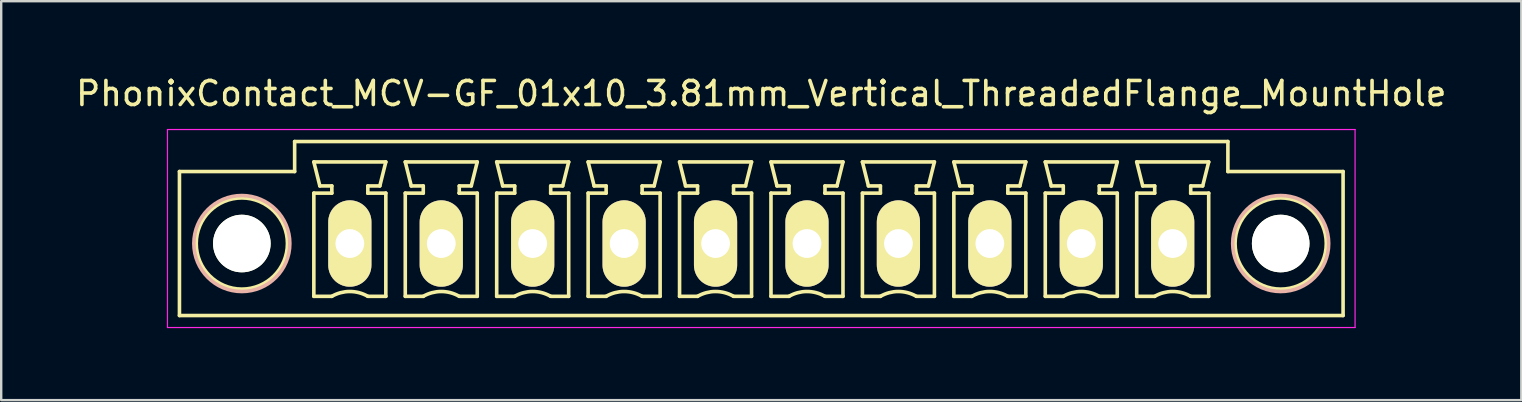
<source format=kicad_pcb>
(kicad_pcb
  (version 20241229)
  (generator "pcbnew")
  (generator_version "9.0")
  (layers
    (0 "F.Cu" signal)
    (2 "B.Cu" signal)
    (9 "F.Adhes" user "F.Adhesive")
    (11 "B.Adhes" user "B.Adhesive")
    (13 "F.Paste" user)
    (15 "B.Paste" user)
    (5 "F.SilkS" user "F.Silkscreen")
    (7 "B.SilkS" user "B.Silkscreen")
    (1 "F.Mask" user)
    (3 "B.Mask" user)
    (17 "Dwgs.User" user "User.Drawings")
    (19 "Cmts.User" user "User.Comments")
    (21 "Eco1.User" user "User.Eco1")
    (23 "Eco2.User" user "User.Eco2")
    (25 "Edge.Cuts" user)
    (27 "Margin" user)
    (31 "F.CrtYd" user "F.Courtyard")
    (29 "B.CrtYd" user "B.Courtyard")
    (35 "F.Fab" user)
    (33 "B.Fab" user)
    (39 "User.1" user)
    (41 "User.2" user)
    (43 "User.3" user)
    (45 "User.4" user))
  (footprint "PhonixContact_MCV-GF_01x10_3.81mm_Vertical_ThreadedFlange_MountHole"
    (layer "F.Cu")
    (at 11.528 7.098)
    (property "Reference" "PhonixContact_MCV-GF_01x10_3.81mm_Vertical_ThreadedFlange_MountHole" (at 17.145 -6.25 0) (layer "F.SilkS") (effects (font (size 1 1) (thickness 0.15))))
    (attr through_hole)
    (fp_line (start -7.1 -3) (end -7.1 3) (stroke (width 0.15) (type solid)) (layer "F.SilkS"))
    (fp_line (start -7.1 3) (end 41.39 3) (stroke (width 0.15) (type solid)) (layer "F.SilkS"))
    (fp_line (start -2.3 -4.25) (end -2.3 -3) (stroke (width 0.15) (type solid)) (layer "F.SilkS"))
    (fp_line (start -2.3 -3) (end -7.1 -3) (stroke (width 0.15) (type solid)) (layer "F.SilkS"))
    (fp_line (start -1.5 -3.4) (end 1.5 -3.4) (stroke (width 0.15) (type solid)) (layer "F.SilkS"))
    (fp_line (start -1.5 -2.1) (end -0.75 -2.1) (stroke (width 0.15) (type solid)) (layer "F.SilkS"))
    (fp_line (start -1.5 2.2) (end -1.5 -2.1) (stroke (width 0.15) (type solid)) (layer "F.SilkS"))
    (fp_line (start -1.25 -2.4) (end -1.5 -3.4) (stroke (width 0.15) (type solid)) (layer "F.SilkS"))
    (fp_line (start -0.75 -2.4) (end -1.25 -2.4) (stroke (width 0.15) (type solid)) (layer "F.SilkS"))
    (fp_line (start -0.75 -2.1) (end -0.75 -2.4) (stroke (width 0.15) (type solid)) (layer "F.SilkS"))
    (fp_line (start -0.75 2.2) (end -1.5 2.2) (stroke (width 0.15) (type solid)) (layer "F.SilkS"))
    (fp_line (start 0.75 -2.4) (end 0.75 -2.1) (stroke (width 0.15) (type solid)) (layer "F.SilkS"))
    (fp_line (start 0.75 -2.1) (end 0.75 -2.1) (stroke (width 0.15) (type solid)) (layer "F.SilkS"))
    (fp_line (start 0.75 -2.1) (end 1.5 -2.1) (stroke (width 0.15) (type solid)) (layer "F.SilkS"))
    (fp_line (start 1.25 -2.4) (end 0.75 -2.4) (stroke (width 0.15) (type solid)) (layer "F.SilkS"))
    (fp_line (start 1.5 -3.4) (end 1.25 -2.4) (stroke (width 0.15) (type solid)) (layer "F.SilkS"))
    (fp_line (start 1.5 -2.1) (end 1.5 2.2) (stroke (width 0.15) (type solid)) (layer "F.SilkS"))
    (fp_line (start 1.5 2.2) (end 0.75 2.2) (stroke (width 0.15) (type solid)) (layer "F.SilkS"))
    (fp_line (start 2.31 -3.4) (end 5.31 -3.4) (stroke (width 0.15) (type solid)) (layer "F.SilkS"))
    (fp_line (start 2.31 -2.1) (end 3.06 -2.1) (stroke (width 0.15) (type solid)) (layer "F.SilkS"))
    (fp_line (start 2.31 2.2) (end 2.31 -2.1) (stroke (width 0.15) (type solid)) (layer "F.SilkS"))
    (fp_line (start 2.56 -2.4) (end 2.31 -3.4) (stroke (width 0.15) (type solid)) (layer "F.SilkS"))
    (fp_line (start 3.06 -2.4) (end 2.56 -2.4) (stroke (width 0.15) (type solid)) (layer "F.SilkS"))
    (fp_line (start 3.06 -2.1) (end 3.06 -2.4) (stroke (width 0.15) (type solid)) (layer "F.SilkS"))
    (fp_line (start 3.06 2.2) (end 2.31 2.2) (stroke (width 0.15) (type solid)) (layer "F.SilkS"))
    (fp_line (start 4.56 -2.4) (end 4.56 -2.1) (stroke (width 0.15) (type solid)) (layer "F.SilkS"))
    (fp_line (start 4.56 -2.1) (end 4.56 -2.1) (stroke (width 0.15) (type solid)) (layer "F.SilkS"))
    (fp_line (start 4.56 -2.1) (end 5.31 -2.1) (stroke (width 0.15) (type solid)) (layer "F.SilkS"))
    (fp_line (start 5.06 -2.4) (end 4.56 -2.4) (stroke (width 0.15) (type solid)) (layer "F.SilkS"))
    (fp_line (start 5.31 -3.4) (end 5.06 -2.4) (stroke (width 0.15) (type solid)) (layer "F.SilkS"))
    (fp_line (start 5.31 -2.1) (end 5.31 2.2) (stroke (width 0.15) (type solid)) (layer "F.SilkS"))
    (fp_line (start 5.31 2.2) (end 4.56 2.2) (stroke (width 0.15) (type solid)) (layer "F.SilkS"))
    (fp_line (start 6.12 -3.4) (end 9.12 -3.4) (stroke (width 0.15) (type solid)) (layer "F.SilkS"))
    (fp_line (start 6.12 -2.1) (end 6.87 -2.1) (stroke (width 0.15) (type solid)) (layer "F.SilkS"))
    (fp_line (start 6.12 2.2) (end 6.12 -2.1) (stroke (width 0.15) (type solid)) (layer "F.SilkS"))
    (fp_line (start 6.37 -2.4) (end 6.12 -3.4) (stroke (width 0.15) (type solid)) (layer "F.SilkS"))
    (fp_line (start 6.87 -2.4) (end 6.37 -2.4) (stroke (width 0.15) (type solid)) (layer "F.SilkS"))
    (fp_line (start 6.87 -2.1) (end 6.87 -2.4) (stroke (width 0.15) (type solid)) (layer "F.SilkS"))
    (fp_line (start 6.87 2.2) (end 6.12 2.2) (stroke (width 0.15) (type solid)) (layer "F.SilkS"))
    (fp_line (start 8.37 -2.4) (end 8.37 -2.1) (stroke (width 0.15) (type solid)) (layer "F.SilkS"))
    (fp_line (start 8.37 -2.1) (end 8.37 -2.1) (stroke (width 0.15) (type solid)) (layer "F.SilkS"))
    (fp_line (start 8.37 -2.1) (end 9.12 -2.1) (stroke (width 0.15) (type solid)) (layer "F.SilkS"))
    (fp_line (start 8.87 -2.4) (end 8.37 -2.4) (stroke (width 0.15) (type solid)) (layer "F.SilkS"))
    (fp_line (start 9.12 -3.4) (end 8.87 -2.4) (stroke (width 0.15) (type solid)) (layer "F.SilkS"))
    (fp_line (start 9.12 -2.1) (end 9.12 2.2) (stroke (width 0.15) (type solid)) (layer "F.SilkS"))
    (fp_line (start 9.12 2.2) (end 8.37 2.2) (stroke (width 0.15) (type solid)) (layer "F.SilkS"))
    (fp_line (start 9.93 -3.4) (end 12.93 -3.4) (stroke (width 0.15) (type solid)) (layer "F.SilkS"))
    (fp_line (start 9.93 -2.1) (end 10.68 -2.1) (stroke (width 0.15) (type solid)) (layer "F.SilkS"))
    (fp_line (start 9.93 2.2) (end 9.93 -2.1) (stroke (width 0.15) (type solid)) (layer "F.SilkS"))
    (fp_line (start 10.18 -2.4) (end 9.93 -3.4) (stroke (width 0.15) (type solid)) (layer "F.SilkS"))
    (fp_line (start 10.68 -2.4) (end 10.18 -2.4) (stroke (width 0.15) (type solid)) (layer "F.SilkS"))
    (fp_line (start 10.68 -2.1) (end 10.68 -2.4) (stroke (width 0.15) (type solid)) (layer "F.SilkS"))
    (fp_line (start 10.68 2.2) (end 9.93 2.2) (stroke (width 0.15) (type solid)) (layer "F.SilkS"))
    (fp_line (start 12.18 -2.4) (end 12.18 -2.1) (stroke (width 0.15) (type solid)) (layer "F.SilkS"))
    (fp_line (start 12.18 -2.1) (end 12.18 -2.1) (stroke (width 0.15) (type solid)) (layer "F.SilkS"))
    (fp_line (start 12.18 -2.1) (end 12.93 -2.1) (stroke (width 0.15) (type solid)) (layer "F.SilkS"))
    (fp_line (start 12.68 -2.4) (end 12.18 -2.4) (stroke (width 0.15) (type solid)) (layer "F.SilkS"))
    (fp_line (start 12.93 -3.4) (end 12.68 -2.4) (stroke (width 0.15) (type solid)) (layer "F.SilkS"))
    (fp_line (start 12.93 -2.1) (end 12.93 2.2) (stroke (width 0.15) (type solid)) (layer "F.SilkS"))
    (fp_line (start 12.93 2.2) (end 12.18 2.2) (stroke (width 0.15) (type solid)) (layer "F.SilkS"))
    (fp_line (start 13.74 -3.4) (end 16.74 -3.4) (stroke (width 0.15) (type solid)) (layer "F.SilkS"))
    (fp_line (start 13.74 -2.1) (end 14.49 -2.1) (stroke (width 0.15) (type solid)) (layer "F.SilkS"))
    (fp_line (start 13.74 2.2) (end 13.74 -2.1) (stroke (width 0.15) (type solid)) (layer "F.SilkS"))
    (fp_line (start 13.99 -2.4) (end 13.74 -3.4) (stroke (width 0.15) (type solid)) (layer "F.SilkS"))
    (fp_line (start 14.49 -2.4) (end 13.99 -2.4) (stroke (width 0.15) (type solid)) (layer "F.SilkS"))
    (fp_line (start 14.49 -2.1) (end 14.49 -2.4) (stroke (width 0.15) (type solid)) (layer "F.SilkS"))
    (fp_line (start 14.49 2.2) (end 13.74 2.2) (stroke (width 0.15) (type solid)) (layer "F.SilkS"))
    (fp_line (start 15.99 -2.4) (end 15.99 -2.1) (stroke (width 0.15) (type solid)) (layer "F.SilkS"))
    (fp_line (start 15.99 -2.1) (end 15.99 -2.1) (stroke (width 0.15) (type solid)) (layer "F.SilkS"))
    (fp_line (start 15.99 -2.1) (end 16.74 -2.1) (stroke (width 0.15) (type solid)) (layer "F.SilkS"))
    (fp_line (start 16.49 -2.4) (end 15.99 -2.4) (stroke (width 0.15) (type solid)) (layer "F.SilkS"))
    (fp_line (start 16.74 -3.4) (end 16.49 -2.4) (stroke (width 0.15) (type solid)) (layer "F.SilkS"))
    (fp_line (start 16.74 -2.1) (end 16.74 2.2) (stroke (width 0.15) (type solid)) (layer "F.SilkS"))
    (fp_line (start 16.74 2.2) (end 15.99 2.2) (stroke (width 0.15) (type solid)) (layer "F.SilkS"))
    (fp_line (start 17.55 -3.4) (end 20.55 -3.4) (stroke (width 0.15) (type solid)) (layer "F.SilkS"))
    (fp_line (start 17.55 -2.1) (end 18.3 -2.1) (stroke (width 0.15) (type solid)) (layer "F.SilkS"))
    (fp_line (start 17.55 2.2) (end 17.55 -2.1) (stroke (width 0.15) (type solid)) (layer "F.SilkS"))
    (fp_line (start 17.8 -2.4) (end 17.55 -3.4) (stroke (width 0.15) (type solid)) (layer "F.SilkS"))
    (fp_line (start 18.3 -2.4) (end 17.8 -2.4) (stroke (width 0.15) (type solid)) (layer "F.SilkS"))
    (fp_line (start 18.3 -2.1) (end 18.3 -2.4) (stroke (width 0.15) (type solid)) (layer "F.SilkS"))
    (fp_line (start 18.3 2.2) (end 17.55 2.2) (stroke (width 0.15) (type solid)) (layer "F.SilkS"))
    (fp_line (start 19.8 -2.4) (end 19.8 -2.1) (stroke (width 0.15) (type solid)) (layer "F.SilkS"))
    (fp_line (start 19.8 -2.1) (end 19.8 -2.1) (stroke (width 0.15) (type solid)) (layer "F.SilkS"))
    (fp_line (start 19.8 -2.1) (end 20.55 -2.1) (stroke (width 0.15) (type solid)) (layer "F.SilkS"))
    (fp_line (start 20.3 -2.4) (end 19.8 -2.4) (stroke (width 0.15) (type solid)) (layer "F.SilkS"))
    (fp_line (start 20.55 -3.4) (end 20.3 -2.4) (stroke (width 0.15) (type solid)) (layer "F.SilkS"))
    (fp_line (start 20.55 -2.1) (end 20.55 2.2) (stroke (width 0.15) (type solid)) (layer "F.SilkS"))
    (fp_line (start 20.55 2.2) (end 19.8 2.2) (stroke (width 0.15) (type solid)) (layer "F.SilkS"))
    (fp_line (start 21.36 -3.4) (end 24.36 -3.4) (stroke (width 0.15) (type solid)) (layer "F.SilkS"))
    (fp_line (start 21.36 -2.1) (end 22.11 -2.1) (stroke (width 0.15) (type solid)) (layer "F.SilkS"))
    (fp_line (start 21.36 2.2) (end 21.36 -2.1) (stroke (width 0.15) (type solid)) (layer "F.SilkS"))
    (fp_line (start 21.61 -2.4) (end 21.36 -3.4) (stroke (width 0.15) (type solid)) (layer "F.SilkS"))
    (fp_line (start 22.11 -2.4) (end 21.61 -2.4) (stroke (width 0.15) (type solid)) (layer "F.SilkS"))
    (fp_line (start 22.11 -2.1) (end 22.11 -2.4) (stroke (width 0.15) (type solid)) (layer "F.SilkS"))
    (fp_line (start 22.11 2.2) (end 21.36 2.2) (stroke (width 0.15) (type solid)) (layer "F.SilkS"))
    (fp_line (start 23.61 -2.4) (end 23.61 -2.1) (stroke (width 0.15) (type solid)) (layer "F.SilkS"))
    (fp_line (start 23.61 -2.1) (end 23.61 -2.1) (stroke (width 0.15) (type solid)) (layer "F.SilkS"))
    (fp_line (start 23.61 -2.1) (end 24.36 -2.1) (stroke (width 0.15) (type solid)) (layer "F.SilkS"))
    (fp_line (start 24.11 -2.4) (end 23.61 -2.4) (stroke (width 0.15) (type solid)) (layer "F.SilkS"))
    (fp_line (start 24.36 -3.4) (end 24.11 -2.4) (stroke (width 0.15) (type solid)) (layer "F.SilkS"))
    (fp_line (start 24.36 -2.1) (end 24.36 2.2) (stroke (width 0.15) (type solid)) (layer "F.SilkS"))
    (fp_line (start 24.36 2.2) (end 23.61 2.2) (stroke (width 0.15) (type solid)) (layer "F.SilkS"))
    (fp_line (start 25.17 -3.4) (end 28.17 -3.4) (stroke (width 0.15) (type solid)) (layer "F.SilkS"))
    (fp_line (start 25.17 -2.1) (end 25.92 -2.1) (stroke (width 0.15) (type solid)) (layer "F.SilkS"))
    (fp_line (start 25.17 2.2) (end 25.17 -2.1) (stroke (width 0.15) (type solid)) (layer "F.SilkS"))
    (fp_line (start 25.42 -2.4) (end 25.17 -3.4) (stroke (width 0.15) (type solid)) (layer "F.SilkS"))
    (fp_line (start 25.92 -2.4) (end 25.42 -2.4) (stroke (width 0.15) (type solid)) (layer "F.SilkS"))
    (fp_line (start 25.92 -2.1) (end 25.92 -2.4) (stroke (width 0.15) (type solid)) (layer "F.SilkS"))
    (fp_line (start 25.92 2.2) (end 25.17 2.2) (stroke (width 0.15) (type solid)) (layer "F.SilkS"))
    (fp_line (start 27.42 -2.4) (end 27.42 -2.1) (stroke (width 0.15) (type solid)) (layer "F.SilkS"))
    (fp_line (start 27.42 -2.1) (end 27.42 -2.1) (stroke (width 0.15) (type solid)) (layer "F.SilkS"))
    (fp_line (start 27.42 -2.1) (end 28.17 -2.1) (stroke (width 0.15) (type solid)) (layer "F.SilkS"))
    (fp_line (start 27.92 -2.4) (end 27.42 -2.4) (stroke (width 0.15) (type solid)) (layer "F.SilkS"))
    (fp_line (start 28.17 -3.4) (end 27.92 -2.4) (stroke (width 0.15) (type solid)) (layer "F.SilkS"))
    (fp_line (start 28.17 -2.1) (end 28.17 2.2) (stroke (width 0.15) (type solid)) (layer "F.SilkS"))
    (fp_line (start 28.17 2.2) (end 27.42 2.2) (stroke (width 0.15) (type solid)) (layer "F.SilkS"))
    (fp_line (start 28.98 -3.4) (end 31.98 -3.4) (stroke (width 0.15) (type solid)) (layer "F.SilkS"))
    (fp_line (start 28.98 -2.1) (end 29.73 -2.1) (stroke (width 0.15) (type solid)) (layer "F.SilkS"))
    (fp_line (start 28.98 2.2) (end 28.98 -2.1) (stroke (width 0.15) (type solid)) (layer "F.SilkS"))
    (fp_line (start 29.23 -2.4) (end 28.98 -3.4) (stroke (width 0.15) (type solid)) (layer "F.SilkS"))
    (fp_line (start 29.73 -2.4) (end 29.23 -2.4) (stroke (width 0.15) (type solid)) (layer "F.SilkS"))
    (fp_line (start 29.73 -2.1) (end 29.73 -2.4) (stroke (width 0.15) (type solid)) (layer "F.SilkS"))
    (fp_line (start 29.73 2.2) (end 28.98 2.2) (stroke (width 0.15) (type solid)) (layer "F.SilkS"))
    (fp_line (start 31.23 -2.4) (end 31.23 -2.1) (stroke (width 0.15) (type solid)) (layer "F.SilkS"))
    (fp_line (start 31.23 -2.1) (end 31.23 -2.1) (stroke (width 0.15) (type solid)) (layer "F.SilkS"))
    (fp_line (start 31.23 -2.1) (end 31.98 -2.1) (stroke (width 0.15) (type solid)) (layer "F.SilkS"))
    (fp_line (start 31.73 -2.4) (end 31.23 -2.4) (stroke (width 0.15) (type solid)) (layer "F.SilkS"))
    (fp_line (start 31.98 -3.4) (end 31.73 -2.4) (stroke (width 0.15) (type solid)) (layer "F.SilkS"))
    (fp_line (start 31.98 -2.1) (end 31.98 2.2) (stroke (width 0.15) (type solid)) (layer "F.SilkS"))
    (fp_line (start 31.98 2.2) (end 31.23 2.2) (stroke (width 0.15) (type solid)) (layer "F.SilkS"))
    (fp_line (start 32.79 -3.4) (end 35.79 -3.4) (stroke (width 0.15) (type solid)) (layer "F.SilkS"))
    (fp_line (start 32.79 -2.1) (end 33.54 -2.1) (stroke (width 0.15) (type solid)) (layer "F.SilkS"))
    (fp_line (start 32.79 2.2) (end 32.79 -2.1) (stroke (width 0.15) (type solid)) (layer "F.SilkS"))
    (fp_line (start 33.04 -2.4) (end 32.79 -3.4) (stroke (width 0.15) (type solid)) (layer "F.SilkS"))
    (fp_line (start 33.54 -2.4) (end 33.04 -2.4) (stroke (width 0.15) (type solid)) (layer "F.SilkS"))
    (fp_line (start 33.54 -2.1) (end 33.54 -2.4) (stroke (width 0.15) (type solid)) (layer "F.SilkS"))
    (fp_line (start 33.54 2.2) (end 32.79 2.2) (stroke (width 0.15) (type solid)) (layer "F.SilkS"))
    (fp_line (start 35.04 -2.4) (end 35.04 -2.1) (stroke (width 0.15) (type solid)) (layer "F.SilkS"))
    (fp_line (start 35.04 -2.1) (end 35.04 -2.1) (stroke (width 0.15) (type solid)) (layer "F.SilkS"))
    (fp_line (start 35.04 -2.1) (end 35.79 -2.1) (stroke (width 0.15) (type solid)) (layer "F.SilkS"))
    (fp_line (start 35.54 -2.4) (end 35.04 -2.4) (stroke (width 0.15) (type solid)) (layer "F.SilkS"))
    (fp_line (start 35.79 -3.4) (end 35.54 -2.4) (stroke (width 0.15) (type solid)) (layer "F.SilkS"))
    (fp_line (start 35.79 -2.1) (end 35.79 2.2) (stroke (width 0.15) (type solid)) (layer "F.SilkS"))
    (fp_line (start 35.79 2.2) (end 35.04 2.2) (stroke (width 0.15) (type solid)) (layer "F.SilkS"))
    (fp_line (start 36.59 -4.25) (end -2.3 -4.25) (stroke (width 0.15) (type solid)) (layer "F.SilkS"))
    (fp_line (start 36.59 -3) (end 36.59 -4.25) (stroke (width 0.15) (type solid)) (layer "F.SilkS"))
    (fp_line (start 41.39 -3) (end 36.59 -3) (stroke (width 0.15) (type solid)) (layer "F.SilkS"))
    (fp_line (start 41.39 3) (end 41.39 -3) (stroke (width 0.15) (type solid)) (layer "F.SilkS"))
    (fp_arc (start -0.75 2.2) (mid -0.006068 1.999179) (end 0.739464 2.193978) (stroke (width 0.15) (type solid)) (layer "F.SilkS"))
    (fp_arc (start 3.06 2.2) (mid 3.803932 1.999179) (end 4.549464 2.193978) (stroke (width 0.15) (type solid)) (layer "F.SilkS"))
    (fp_arc (start 6.87 2.2) (mid 7.613932 1.999179) (end 8.359464 2.193978) (stroke (width 0.15) (type solid)) (layer "F.SilkS"))
    (fp_arc (start 10.68 2.2) (mid 11.423932 1.999179) (end 12.169464 2.193978) (stroke (width 0.15) (type solid)) (layer "F.SilkS"))
    (fp_arc (start 14.49 2.2) (mid 15.233932 1.999179) (end 15.979464 2.193978) (stroke (width 0.15) (type solid)) (layer "F.SilkS"))
    (fp_arc (start 18.3 2.2) (mid 19.043932 1.999179) (end 19.789464 2.193978) (stroke (width 0.15) (type solid)) (layer "F.SilkS"))
    (fp_arc (start 22.11 2.2) (mid 22.853932 1.999179) (end 23.599464 2.193978) (stroke (width 0.15) (type solid)) (layer "F.SilkS"))
    (fp_arc (start 25.92 2.2) (mid 26.663932 1.999179) (end 27.409464 2.193978) (stroke (width 0.15) (type solid)) (layer "F.SilkS"))
    (fp_arc (start 29.73 2.2) (mid 30.473932 1.999179) (end 31.219464 2.193978) (stroke (width 0.15) (type solid)) (layer "F.SilkS"))
    (fp_arc (start 33.54 2.2) (mid 34.283932 1.999179) (end 35.029464 2.193978) (stroke (width 0.15) (type solid)) (layer "F.SilkS"))
    (fp_circle (center -4.5 0) (end -2.6 0) (stroke (width 0.15) (type solid)) (fill no) (layer "F.SilkS"))
    (fp_circle (center 38.79 0) (end 40.69 0) (stroke (width 0.15) (type solid)) (fill no) (layer "F.SilkS"))
    (fp_circle (center -4.5 0) (end -2.5 0) (stroke (width 0.15) (type solid)) (fill no) (layer "B.SilkS"))
    (fp_circle (center 38.79 0) (end 40.79 0) (stroke (width 0.15) (type solid)) (fill no) (layer "B.SilkS"))
    (fp_line (start -7.6 -4.75) (end -7.6 3.5) (stroke (width 0.05) (type solid)) (layer "F.CrtYd"))
    (fp_line (start -7.6 3.5) (end 41.89 3.5) (stroke (width 0.05) (type solid)) (layer "F.CrtYd"))
    (fp_line (start 41.89 -4.75) (end -7.6 -4.75) (stroke (width 0.05) (type solid)) (layer "F.CrtYd"))
    (fp_line (start 41.89 3.5) (end 41.89 -4.75) (stroke (width 0.05) (type solid)) (layer "F.CrtYd"))
    (pad "" np_thru_hole circle (at -4.5 0) (size 2.4 2.4) (drill 2.4) (layers "*.Cu" "*.Mask" "F.SilkS"))
    (pad "" np_thru_hole circle (at 38.79 0) (size 2.4 2.4) (drill 2.4) (layers "*.Cu" "*.Mask" "F.SilkS"))
    (pad "1" thru_hole oval (at 0 0) (size 1.8 3.6) (drill 1.2) (layers "*.Cu" "*.Mask" "F.SilkS"))
    (pad "2" thru_hole oval (at 3.81 0) (size 1.8 3.6) (drill 1.2) (layers "*.Cu" "*.Mask" "F.SilkS"))
    (pad "3" thru_hole oval (at 7.62 0) (size 1.8 3.6) (drill 1.2) (layers "*.Cu" "*.Mask" "F.SilkS"))
    (pad "4" thru_hole oval (at 11.43 0) (size 1.8 3.6) (drill 1.2) (layers "*.Cu" "*.Mask" "F.SilkS"))
    (pad "5" thru_hole oval (at 15.24 0) (size 1.8 3.6) (drill 1.2) (layers "*.Cu" "*.Mask" "F.SilkS"))
    (pad "6" thru_hole oval (at 19.05 0) (size 1.8 3.6) (drill 1.2) (layers "*.Cu" "*.Mask" "F.SilkS"))
    (pad "7" thru_hole oval (at 22.86 0) (size 1.8 3.6) (drill 1.2) (layers "*.Cu" "*.Mask" "F.SilkS"))
    (pad "8" thru_hole oval (at 26.67 0) (size 1.8 3.6) (drill 1.2) (layers "*.Cu" "*.Mask" "F.SilkS"))
    (pad "9" thru_hole oval (at 30.48 0) (size 1.8 3.6) (drill 1.2) (layers "*.Cu" "*.Mask" "F.SilkS"))
    (pad "10" thru_hole oval (at 34.29 0) (size 1.8 3.6) (drill 1.2) (layers "*.Cu" "*.Mask" "F.SilkS")))
  (gr_rect
    (start -3 -3)
    (end 60.345 13.623)
    (stroke (width 0.1) (type default))
    (fill no)
    (layer "Edge.Cuts")))
</source>
